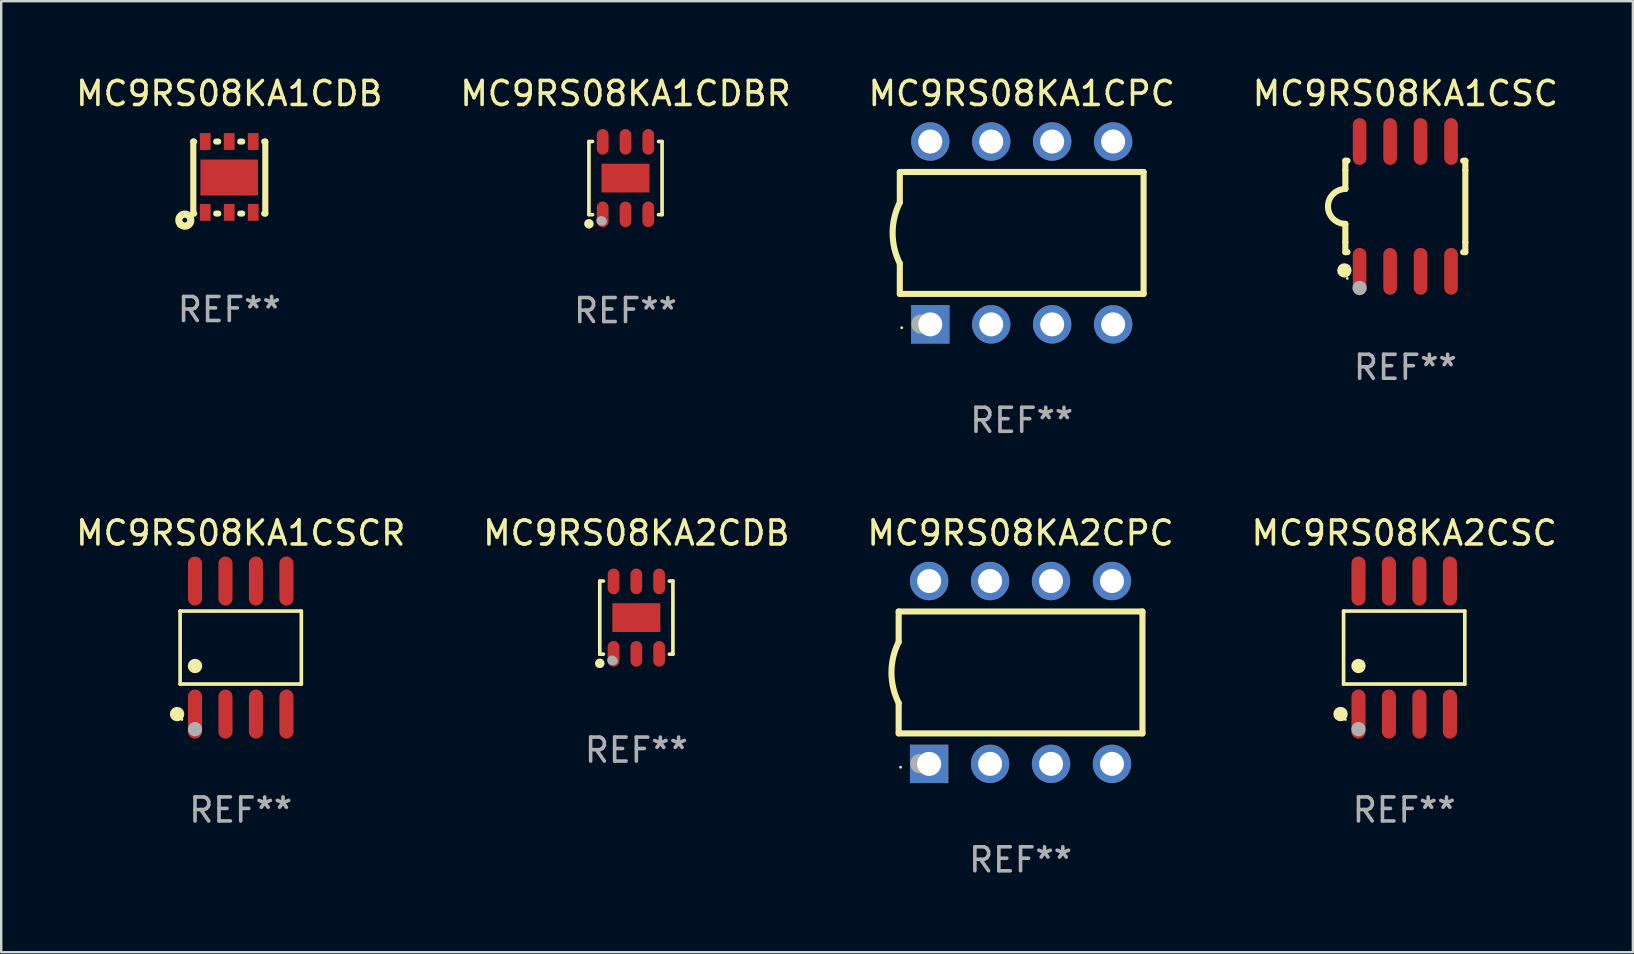
<source format=kicad_pcb>
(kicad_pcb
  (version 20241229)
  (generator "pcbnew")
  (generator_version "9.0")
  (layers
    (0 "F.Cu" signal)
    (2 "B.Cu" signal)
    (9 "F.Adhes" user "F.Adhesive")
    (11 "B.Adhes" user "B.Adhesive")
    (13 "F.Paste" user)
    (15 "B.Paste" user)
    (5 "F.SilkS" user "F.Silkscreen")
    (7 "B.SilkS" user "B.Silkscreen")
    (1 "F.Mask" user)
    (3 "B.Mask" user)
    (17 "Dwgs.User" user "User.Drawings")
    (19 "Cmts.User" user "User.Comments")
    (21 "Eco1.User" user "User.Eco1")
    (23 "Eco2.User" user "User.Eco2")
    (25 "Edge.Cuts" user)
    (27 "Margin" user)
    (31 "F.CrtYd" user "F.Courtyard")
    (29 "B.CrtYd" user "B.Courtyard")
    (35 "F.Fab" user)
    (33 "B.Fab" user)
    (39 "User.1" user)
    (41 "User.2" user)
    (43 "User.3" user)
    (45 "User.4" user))
  (footprint "MC9RS08KA1CDB"
    (layer "F.Cu")
    (at 6.506 4.349)
    (property "Reference" "MC9RS08KA1CDB" (at 0 -3.501 0) (layer "F.SilkS") (effects (font (size 1 1) (thickness 0.15))))
    (attr through_hole)
    (fp_line (start -1.5 -1.499) (end -1.46 -1.499) (stroke (width 0.254) (type solid)) (layer "F.SilkS"))
    (fp_line (start -1.5 1.501) (end -1.5 -1.499) (stroke (width 0.254) (type solid)) (layer "F.SilkS"))
    (fp_line (start -1.5 1.501) (end -1.46 1.501) (stroke (width 0.254) (type solid)) (layer "F.SilkS"))
    (fp_line (start -0.548 -1.499) (end -0.459 -1.499) (stroke (width 0.254) (type solid)) (layer "F.SilkS"))
    (fp_line (start -0.548 1.501) (end -0.459 1.501) (stroke (width 0.254) (type solid)) (layer "F.SilkS"))
    (fp_line (start 0.453 -1.499) (end 0.541 -1.499) (stroke (width 0.254) (type solid)) (layer "F.SilkS"))
    (fp_line (start 0.453 1.501) (end 0.541 1.501) (stroke (width 0.254) (type solid)) (layer "F.SilkS"))
    (fp_line (start 1.454 -1.499) (end 1.5 -1.499) (stroke (width 0.254) (type solid)) (layer "F.SilkS"))
    (fp_line (start 1.454 1.501) (end 1.5 1.501) (stroke (width 0.254) (type solid)) (layer "F.SilkS"))
    (fp_line (start 1.5 1.501) (end 1.5 -1.499) (stroke (width 0.254) (type solid)) (layer "F.SilkS"))
    (fp_circle (center -2.103 2.025) (end -2.073 2.025) (stroke (width 0.06) (type solid)) (fill no) (layer "F.SilkS"))
    (fp_circle (center -1.853 1.775) (end -1.753 1.775) (stroke (width 0.3) (type solid)) (fill no) (layer "F.SilkS"))
    (fp_text user "REF**" (at 0 5.501 0) (layer "F.Fab") (effects (font (size 1 1) (thickness 0.15))))
    (pad "1" smd rect (at -1.004 1.45) (size 0.45 0.701) (layers "F.Cu" "F.Mask" "F.Paste"))
    (pad "2" smd rect (at -0.003 1.45) (size 0.45 0.701) (layers "F.Cu" "F.Mask" "F.Paste"))
    (pad "3" smd rect (at 0.997 1.45) (size 0.45 0.701) (layers "F.Cu" "F.Mask" "F.Paste"))
    (pad "4" smd rect (at 0.997 -1.501) (size 0.45 0.701) (layers "F.Cu" "F.Mask" "F.Paste"))
    (pad "5" smd rect (at -0.003 -1.501) (size 0.45 0.701) (layers "F.Cu" "F.Mask" "F.Paste"))
    (pad "6" smd rect (at -1.004 -1.501) (size 0.45 0.701) (layers "F.Cu" "F.Mask" "F.Paste"))
    (pad "7" smd rect (at -0.003 0) (size 2.4 1.5) (layers "F.Cu" "F.Mask" "F.Paste")))
  (footprint "MC9RS08KA2CDB"
    (layer "F.Cu")
    (at 23.47 22.689)
    (property "Reference" "MC9RS08KA2CDB" (at 0 -3.524 0) (layer "F.SilkS") (effects (font (size 1 1) (thickness 0.15))))
    (attr through_hole)
    (fp_line (start -1.524 -1.524) (end -1.375 -1.524) (stroke (width 0.152) (type solid)) (layer "F.SilkS"))
    (fp_line (start -1.524 1.524) (end -1.524 -1.524) (stroke (width 0.152) (type solid)) (layer "F.SilkS"))
    (fp_line (start -1.375 1.524) (end -1.524 1.524) (stroke (width 0.152) (type solid)) (layer "F.SilkS"))
    (fp_line (start 1.375 -1.524) (end 1.524 -1.524) (stroke (width 0.152) (type solid)) (layer "F.SilkS"))
    (fp_line (start 1.524 -1.524) (end 1.524 1.524) (stroke (width 0.152) (type solid)) (layer "F.SilkS"))
    (fp_line (start 1.524 1.524) (end 1.375 1.524) (stroke (width 0.152) (type solid)) (layer "F.SilkS"))
    (fp_circle (center -1.524 1.905) (end -1.424 1.905) (stroke (width 0.2) (type solid)) (fill no) (layer "F.SilkS"))
    (fp_circle (center -1.5 1.5) (end -1.47 1.5) (stroke (width 0.06) (type solid)) (fill no) (layer "F.SilkS"))
    (fp_circle (center -1.016 1.778) (end -0.916 1.778) (stroke (width 0.2) (type solid)) (fill no) (layer "F.Fab"))
    (fp_circle (center -0.95 1.8) (end -0.862 1.8) (stroke (width 0.175) (type solid)) (fill no) (layer "F.Fab"))
    (fp_text user "REF**" (at 0 5.524 0) (layer "F.Fab") (effects (font (size 1 1) (thickness 0.15))))
    (pad "1" smd oval (at -0.95 1.51) (size 0.49 1.07) (layers "F.Cu" "F.Mask" "F.Paste"))
    (pad "2" smd oval (at 0 1.51) (size 0.49 1.07) (layers "F.Cu" "F.Mask" "F.Paste"))
    (pad "3" smd oval (at 0.95 1.51) (size 0.49 1.07) (layers "F.Cu" "F.Mask" "F.Paste"))
    (pad "4" smd oval (at 0.95 -1.51) (size 0.49 1.07) (layers "F.Cu" "F.Mask" "F.Paste"))
    (pad "5" smd oval (at 0 -1.51) (size 0.49 1.07) (layers "F.Cu" "F.Mask" "F.Paste"))
    (pad "6" smd oval (at -0.95 -1.51) (size 0.49 1.07) (layers "F.Cu" "F.Mask" "F.Paste"))
    (pad "7" smd rect (at 0 0) (size 2 1.2) (layers "F.Cu" "F.Mask" "F.Paste")))
  (footprint "MC9RS08KA1CSCR"
    (layer "F.Cu")
    (at 6.982 23.937)
    (property "Reference" "MC9RS08KA1CSCR" (at 0 -4.772 0) (layer "F.SilkS") (effects (font (size 1 1) (thickness 0.15))))
    (attr through_hole)
    (fp_line (start -2.526 -1.521) (end 2.526 -1.521) (stroke (width 0.152) (type solid)) (layer "F.SilkS"))
    (fp_line (start -2.526 1.521) (end -2.526 -1.521) (stroke (width 0.152) (type solid)) (layer "F.SilkS"))
    (fp_line (start 2.526 -1.521) (end 2.526 1.521) (stroke (width 0.152) (type solid)) (layer "F.SilkS"))
    (fp_line (start 2.526 1.521) (end -2.526 1.521) (stroke (width 0.152) (type solid)) (layer "F.SilkS"))
    (fp_circle (center -2.652 2.772) (end -2.501 2.772) (stroke (width 0.3) (type solid)) (fill no) (layer "F.SilkS"))
    (fp_circle (center -2.45 3) (end -2.42 3) (stroke (width 0.06) (type solid)) (fill no) (layer "F.SilkS"))
    (fp_circle (center -1.905 0.769) (end -1.755 0.769) (stroke (width 0.3) (type solid)) (fill no) (layer "F.SilkS"))
    (fp_circle (center -1.905 3.4) (end -1.755 3.4) (stroke (width 0.3) (type solid)) (fill no) (layer "F.Fab"))
    (fp_text user "REF**" (at 0 6.772 0) (layer "F.Fab") (effects (font (size 1 1) (thickness 0.15))))
    (pad "1" smd oval (at -1.905 2.772) (size 0.588 2.045) (layers "F.Cu" "F.Mask" "F.Paste"))
    (pad "2" smd oval (at -0.635 2.772) (size 0.588 2.045) (layers "F.Cu" "F.Mask" "F.Paste"))
    (pad "3" smd oval (at 0.635 2.772) (size 0.588 2.045) (layers "F.Cu" "F.Mask" "F.Paste"))
    (pad "4" smd oval (at 1.905 2.772) (size 0.588 2.045) (layers "F.Cu" "F.Mask" "F.Paste"))
    (pad "5" smd oval (at 1.905 -2.772) (size 0.588 2.045) (layers "F.Cu" "F.Mask" "F.Paste"))
    (pad "6" smd oval (at 0.635 -2.772) (size 0.588 2.045) (layers "F.Cu" "F.Mask" "F.Paste"))
    (pad "7" smd oval (at -0.635 -2.772) (size 0.588 2.045) (layers "F.Cu" "F.Mask" "F.Paste"))
    (pad "8" smd oval (at -1.905 -2.772) (size 0.588 2.045) (layers "F.Cu" "F.Mask" "F.Paste")))
  (footprint "MC9RS08KA2CSC"
    (layer "F.Cu")
    (at 55.47 23.937)
    (property "Reference" "MC9RS08KA2CSC" (at 0 -4.772 0) (layer "F.SilkS") (effects (font (size 1 1) (thickness 0.15))))
    (attr through_hole)
    (fp_line (start -2.526 -1.521) (end 2.526 -1.521) (stroke (width 0.152) (type solid)) (layer "F.SilkS"))
    (fp_line (start -2.526 1.521) (end -2.526 -1.521) (stroke (width 0.152) (type solid)) (layer "F.SilkS"))
    (fp_line (start 2.526 -1.521) (end 2.526 1.521) (stroke (width 0.152) (type solid)) (layer "F.SilkS"))
    (fp_line (start 2.526 1.521) (end -2.526 1.521) (stroke (width 0.152) (type solid)) (layer "F.SilkS"))
    (fp_circle (center -2.652 2.772) (end -2.501 2.772) (stroke (width 0.3) (type solid)) (fill no) (layer "F.SilkS"))
    (fp_circle (center -2.45 3) (end -2.42 3) (stroke (width 0.06) (type solid)) (fill no) (layer "F.SilkS"))
    (fp_circle (center -1.905 0.769) (end -1.755 0.769) (stroke (width 0.3) (type solid)) (fill no) (layer "F.SilkS"))
    (fp_circle (center -1.905 3.4) (end -1.755 3.4) (stroke (width 0.3) (type solid)) (fill no) (layer "F.Fab"))
    (fp_text user "REF**" (at 0 6.772 0) (layer "F.Fab") (effects (font (size 1 1) (thickness 0.15))))
    (pad "1" smd oval (at -1.905 2.772) (size 0.588 2.045) (layers "F.Cu" "F.Mask" "F.Paste"))
    (pad "2" smd oval (at -0.635 2.772) (size 0.588 2.045) (layers "F.Cu" "F.Mask" "F.Paste"))
    (pad "3" smd oval (at 0.635 2.772) (size 0.588 2.045) (layers "F.Cu" "F.Mask" "F.Paste"))
    (pad "4" smd oval (at 1.905 2.772) (size 0.588 2.045) (layers "F.Cu" "F.Mask" "F.Paste"))
    (pad "5" smd oval (at 1.905 -2.772) (size 0.588 2.045) (layers "F.Cu" "F.Mask" "F.Paste"))
    (pad "6" smd oval (at 0.635 -2.772) (size 0.588 2.045) (layers "F.Cu" "F.Mask" "F.Paste"))
    (pad "7" smd oval (at -0.635 -2.772) (size 0.588 2.045) (layers "F.Cu" "F.Mask" "F.Paste"))
    (pad "8" smd oval (at -1.905 -2.772) (size 0.588 2.045) (layers "F.Cu" "F.Mask" "F.Paste")))
  (footprint "MC9RS08KA1CSC"
    (layer "F.Cu")
    (at 55.518 5.553)
    (property "Reference" "MC9RS08KA1CSC" (at 0 -4.705 0) (layer "F.SilkS") (effects (font (size 1 1) (thickness 0.15))))
    (attr through_hole)
    (fp_line (start -2.5 -1.905) (end -2.409 -1.905) (stroke (width 0.254) (type solid)) (layer "F.SilkS"))
    (fp_line (start -2.5 -1.5) (end -2.5 -1.905) (stroke (width 0.254) (type solid)) (layer "F.SilkS"))
    (fp_line (start -2.5 -1.5) (end -2.5 -0.726) (stroke (width 0.254) (type solid)) (layer "F.SilkS"))
    (fp_line (start -2.5 1.5) (end -2.5 0.727) (stroke (width 0.254) (type solid)) (layer "F.SilkS"))
    (fp_line (start -2.5 1.5) (end -2.5 1.905) (stroke (width 0.254) (type solid)) (layer "F.SilkS"))
    (fp_line (start -2.5 1.905) (end -2.409 1.905) (stroke (width 0.254) (type solid)) (layer "F.SilkS"))
    (fp_line (start 2.5 -1.905) (end 2.409 -1.905) (stroke (width 0.254) (type solid)) (layer "F.SilkS"))
    (fp_line (start 2.5 -1.5) (end 2.5 -1.905) (stroke (width 0.254) (type solid)) (layer "F.SilkS"))
    (fp_line (start 2.5 -1.5) (end 2.5 1.5) (stroke (width 0.254) (type solid)) (layer "F.SilkS"))
    (fp_line (start 2.5 1.5) (end 2.5 1.905) (stroke (width 0.254) (type solid)) (layer "F.SilkS"))
    (fp_line (start 2.5 1.905) (end 2.409 1.905) (stroke (width 0.254) (type solid)) (layer "F.SilkS"))
    (fp_arc (start -2.5 0.726568) (mid -3.220316 -0.0023) (end -2.495097 -0.726289) (stroke (width 0.254001) (type solid)) (layer "F.SilkS"))
    (fp_circle (center -2.54 2.667) (end -2.39 2.667) (stroke (width 0.3) (type solid)) (fill no) (layer "F.SilkS"))
    (fp_circle (center -2.42 3) (end -2.39 3) (stroke (width 0.06) (type solid)) (fill no) (layer "F.SilkS"))
    (fp_circle (center -1.905 3.4) (end -1.755 3.4) (stroke (width 0.3) (type solid)) (fill no) (layer "F.Fab"))
    (fp_text user "REF**" (at 0 6.705 0) (layer "F.Fab") (effects (font (size 1 1) (thickness 0.15))))
    (pad "1" smd oval (at -1.905 2.705) (size 0.568 1.95) (layers "F.Cu" "F.Mask" "F.Paste"))
    (pad "2" smd oval (at -0.635 2.705) (size 0.568 1.95) (layers "F.Cu" "F.Mask" "F.Paste"))
    (pad "3" smd oval (at 0.635 2.705) (size 0.568 1.95) (layers "F.Cu" "F.Mask" "F.Paste"))
    (pad "4" smd oval (at 1.905 2.705) (size 0.568 1.95) (layers "F.Cu" "F.Mask" "F.Paste"))
    (pad "5" smd oval (at 1.905 -2.705) (size 0.568 1.95) (layers "F.Cu" "F.Mask" "F.Paste"))
    (pad "6" smd oval (at 0.635 -2.705) (size 0.568 1.95) (layers "F.Cu" "F.Mask" "F.Paste"))
    (pad "7" smd oval (at -0.635 -2.705) (size 0.568 1.95) (layers "F.Cu" "F.Mask" "F.Paste"))
    (pad "8" smd oval (at -1.905 -2.705) (size 0.568 1.95) (layers "F.Cu" "F.Mask" "F.Paste")))
  (footprint "MC9RS08KA2CPC"
    (layer "F.Cu")
    (at 39.482 24.975)
    (property "Reference" "MC9RS08KA2CPC" (at 0 -5.81 0) (layer "F.SilkS") (effects (font (size 1 1) (thickness 0.15))))
    (attr through_hole)
    (fp_line (start -5.08 -1.27) (end -5.08 -2.54) (stroke (width 0.254) (type solid)) (layer "F.SilkS"))
    (fp_line (start -5.08 2.54) (end -5.08 1.27) (stroke (width 0.254) (type solid)) (layer "F.SilkS"))
    (fp_line (start 5.08 -2.54) (end -5.08 -2.54) (stroke (width 0.254) (type solid)) (layer "F.SilkS"))
    (fp_line (start 5.08 2.54) (end -5.08 2.54) (stroke (width 0.254) (type solid)) (layer "F.SilkS"))
    (fp_line (start 5.08 2.54) (end 5.08 -2.54) (stroke (width 0.254) (type solid)) (layer "F.SilkS"))
    (fp_arc (start -5.080011 1.270002) (mid -5.379818 -0.000001) (end -5.08001 -1.270003) (stroke (width 0.254001) (type solid)) (layer "F.SilkS"))
    (fp_circle (center -5 3.95) (end -4.97 3.95) (stroke (width 0.06) (type solid)) (fill no) (layer "F.SilkS"))
    (fp_circle (center -4.2 3.8) (end -4 3.8) (stroke (width 0.4) (type solid)) (fill no) (layer "F.Fab"))
    (fp_text user "REF**" (at 0 7.81 0) (layer "F.Fab") (effects (font (size 1 1) (thickness 0.15))))
    (pad "1" thru_hole rect (at -3.81 3.81) (size 1.6 1.6) (drill 1) (layers "*.Cu" "*.Mask"))
    (pad "2" thru_hole circle (at -1.27 3.81) (size 1.6 1.6) (drill 1) (layers "*.Cu" "*.Mask"))
    (pad "3" thru_hole circle (at 1.27 3.81) (size 1.6 1.6) (drill 1) (layers "*.Cu" "*.Mask"))
    (pad "4" thru_hole circle (at 3.81 3.81) (size 1.6 1.6) (drill 1) (layers "*.Cu" "*.Mask"))
    (pad "5" thru_hole circle (at 3.81 -3.81) (size 1.6 1.6) (drill 1) (layers "*.Cu" "*.Mask"))
    (pad "6" thru_hole circle (at 1.27 -3.81) (size 1.6 1.6) (drill 1) (layers "*.Cu" "*.Mask"))
    (pad "7" thru_hole circle (at -1.27 -3.81) (size 1.6 1.6) (drill 1) (layers "*.Cu" "*.Mask"))
    (pad "8" thru_hole circle (at -3.81 -3.81) (size 1.6 1.6) (drill 1) (layers "*.Cu" "*.Mask")))
  (footprint "MC9RS08KA1CDBR"
    (layer "F.Cu")
    (at 23.018 4.372)
    (property "Reference" "MC9RS08KA1CDBR" (at 0 -3.524 0) (layer "F.SilkS") (effects (font (size 1 1) (thickness 0.15))))
    (attr through_hole)
    (fp_line (start -1.524 -1.524) (end -1.375 -1.524) (stroke (width 0.152) (type solid)) (layer "F.SilkS"))
    (fp_line (start -1.524 1.524) (end -1.524 -1.524) (stroke (width 0.152) (type solid)) (layer "F.SilkS"))
    (fp_line (start -1.375 1.524) (end -1.524 1.524) (stroke (width 0.152) (type solid)) (layer "F.SilkS"))
    (fp_line (start 1.375 -1.524) (end 1.524 -1.524) (stroke (width 0.152) (type solid)) (layer "F.SilkS"))
    (fp_line (start 1.524 -1.524) (end 1.524 1.524) (stroke (width 0.152) (type solid)) (layer "F.SilkS"))
    (fp_line (start 1.524 1.524) (end 1.375 1.524) (stroke (width 0.152) (type solid)) (layer "F.SilkS"))
    (fp_circle (center -1.524 1.905) (end -1.424 1.905) (stroke (width 0.2) (type solid)) (fill no) (layer "F.SilkS"))
    (fp_circle (center -1.5 1.5) (end -1.47 1.5) (stroke (width 0.06) (type solid)) (fill no) (layer "F.SilkS"))
    (fp_circle (center -1.016 1.778) (end -0.916 1.778) (stroke (width 0.2) (type solid)) (fill no) (layer "F.Fab"))
    (fp_circle (center -0.95 1.8) (end -0.862 1.8) (stroke (width 0.175) (type solid)) (fill no) (layer "F.Fab"))
    (fp_text user "REF**" (at 0 5.524 0) (layer "F.Fab") (effects (font (size 1 1) (thickness 0.15))))
    (pad "1" smd oval (at -0.95 1.51) (size 0.49 1.07) (layers "F.Cu" "F.Mask" "F.Paste"))
    (pad "2" smd oval (at 0 1.51) (size 0.49 1.07) (layers "F.Cu" "F.Mask" "F.Paste"))
    (pad "3" smd oval (at 0.95 1.51) (size 0.49 1.07) (layers "F.Cu" "F.Mask" "F.Paste"))
    (pad "4" smd oval (at 0.95 -1.51) (size 0.49 1.07) (layers "F.Cu" "F.Mask" "F.Paste"))
    (pad "5" smd oval (at 0 -1.51) (size 0.49 1.07) (layers "F.Cu" "F.Mask" "F.Paste"))
    (pad "6" smd oval (at -0.95 -1.51) (size 0.49 1.07) (layers "F.Cu" "F.Mask" "F.Paste"))
    (pad "7" smd rect (at 0 0) (size 2 1.2) (layers "F.Cu" "F.Mask" "F.Paste")))
  (footprint "MC9RS08KA1CPC"
    (layer "F.Cu")
    (at 39.53 6.658)
    (property "Reference" "MC9RS08KA1CPC" (at 0 -5.81 0) (layer "F.SilkS") (effects (font (size 1 1) (thickness 0.15))))
    (attr through_hole)
    (fp_line (start -5.08 -1.27) (end -5.08 -2.54) (stroke (width 0.254) (type solid)) (layer "F.SilkS"))
    (fp_line (start -5.08 2.54) (end -5.08 1.27) (stroke (width 0.254) (type solid)) (layer "F.SilkS"))
    (fp_line (start 5.08 -2.54) (end -5.08 -2.54) (stroke (width 0.254) (type solid)) (layer "F.SilkS"))
    (fp_line (start 5.08 2.54) (end -5.08 2.54) (stroke (width 0.254) (type solid)) (layer "F.SilkS"))
    (fp_line (start 5.08 2.54) (end 5.08 -2.54) (stroke (width 0.254) (type solid)) (layer "F.SilkS"))
    (fp_arc (start -5.080011 1.270002) (mid -5.379818 -0.000001) (end -5.08001 -1.270003) (stroke (width 0.254001) (type solid)) (layer "F.SilkS"))
    (fp_circle (center -5 3.95) (end -4.97 3.95) (stroke (width 0.06) (type solid)) (fill no) (layer "F.SilkS"))
    (fp_circle (center -4.2 3.8) (end -4 3.8) (stroke (width 0.4) (type solid)) (fill no) (layer "F.Fab"))
    (fp_text user "REF**" (at 0 7.81 0) (layer "F.Fab") (effects (font (size 1 1) (thickness 0.15))))
    (pad "1" thru_hole rect (at -3.81 3.81) (size 1.6 1.6) (drill 1) (layers "*.Cu" "*.Mask"))
    (pad "2" thru_hole circle (at -1.27 3.81) (size 1.6 1.6) (drill 1) (layers "*.Cu" "*.Mask"))
    (pad "3" thru_hole circle (at 1.27 3.81) (size 1.6 1.6) (drill 1) (layers "*.Cu" "*.Mask"))
    (pad "4" thru_hole circle (at 3.81 3.81) (size 1.6 1.6) (drill 1) (layers "*.Cu" "*.Mask"))
    (pad "5" thru_hole circle (at 3.81 -3.81) (size 1.6 1.6) (drill 1) (layers "*.Cu" "*.Mask"))
    (pad "6" thru_hole circle (at 1.27 -3.81) (size 1.6 1.6) (drill 1) (layers "*.Cu" "*.Mask"))
    (pad "7" thru_hole circle (at -1.27 -3.81) (size 1.6 1.6) (drill 1) (layers "*.Cu" "*.Mask"))
    (pad "8" thru_hole circle (at -3.81 -3.81) (size 1.6 1.6) (drill 1) (layers "*.Cu" "*.Mask")))
  (gr_rect
    (start -3 -3)
    (end 65 36.633)
    (stroke (width 0.1) (type default))
    (fill no)
    (layer "Edge.Cuts")))
</source>
